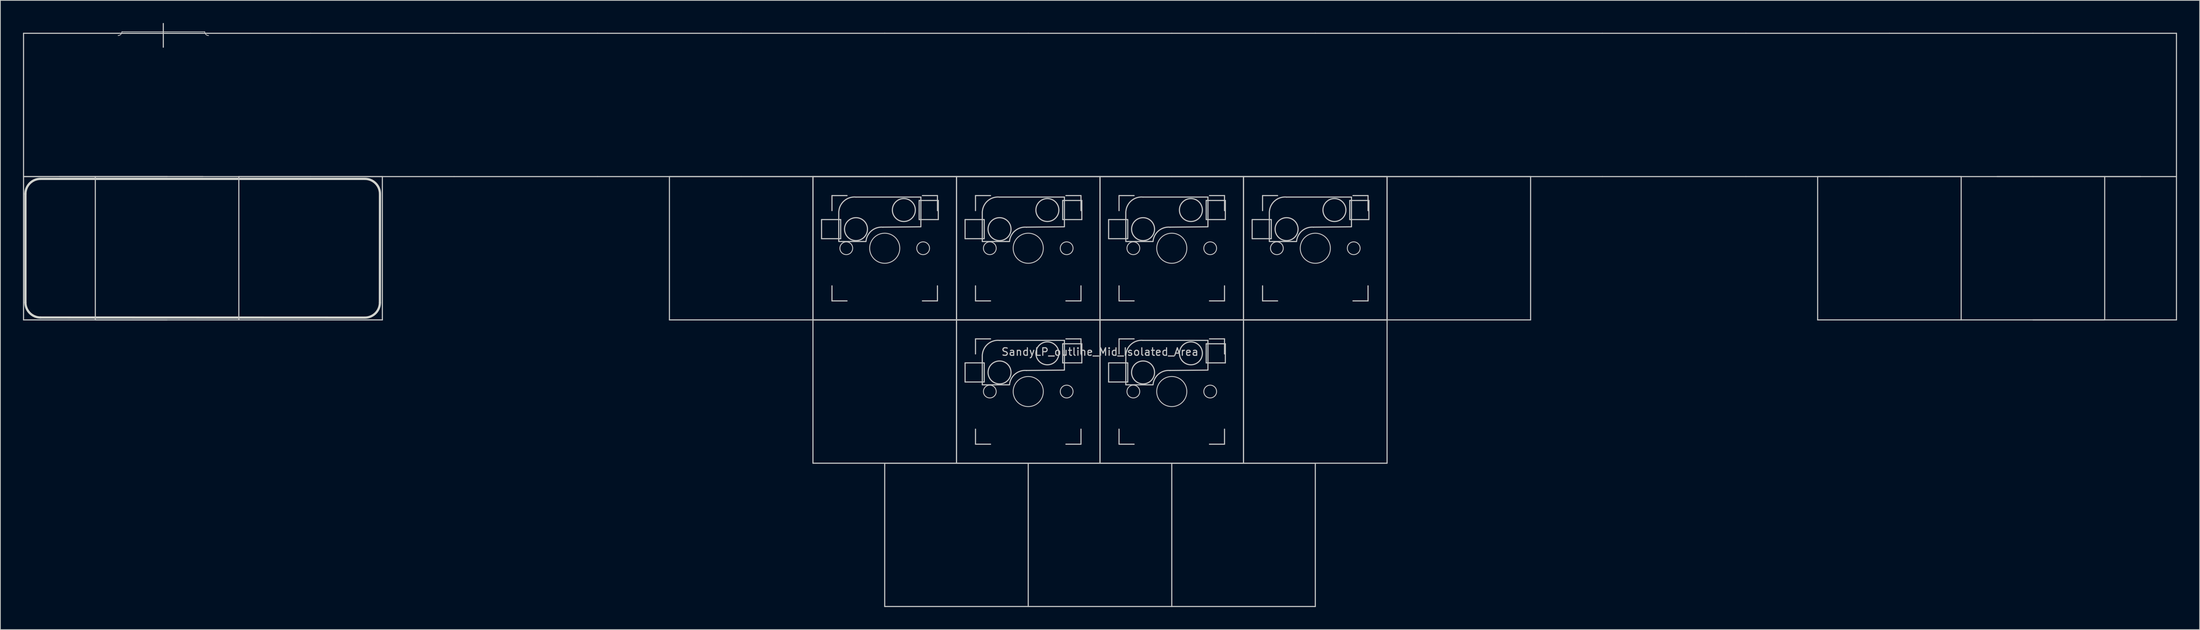
<source format=kicad_pcb>
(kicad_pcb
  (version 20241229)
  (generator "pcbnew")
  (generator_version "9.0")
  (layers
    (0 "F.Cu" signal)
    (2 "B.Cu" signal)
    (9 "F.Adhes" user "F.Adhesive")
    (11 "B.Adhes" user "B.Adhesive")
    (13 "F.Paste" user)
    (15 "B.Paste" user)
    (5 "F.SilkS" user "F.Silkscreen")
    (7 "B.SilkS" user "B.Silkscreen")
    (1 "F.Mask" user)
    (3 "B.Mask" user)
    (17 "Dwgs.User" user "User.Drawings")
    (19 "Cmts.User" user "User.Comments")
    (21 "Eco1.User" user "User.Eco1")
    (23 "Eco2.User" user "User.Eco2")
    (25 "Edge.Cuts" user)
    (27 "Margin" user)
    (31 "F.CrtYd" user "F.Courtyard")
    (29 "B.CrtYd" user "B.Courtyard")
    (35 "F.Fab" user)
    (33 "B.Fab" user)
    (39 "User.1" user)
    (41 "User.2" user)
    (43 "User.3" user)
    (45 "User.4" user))
  (footprint "SandyLP_outline_Mid_Isolated_Area"
    (layer "F.Cu")
    (at 142.95 39.475)
    (property "Reference" "SandyLP_outline_Mid_Isolated_Area" (at 0 4.25 0) (layer "Dwgs.User") (effects (font (size 1 1) (thickness 0.15))))
    (attr through_hole)
    (fp_line (start -142.875 -38.1) (end -123.825 -38.1) (stroke (width 0.15) (type solid)) (layer "Dwgs.User"))
    (fp_line (start -142.875 -19.05) (end -142.875 -38.1) (stroke (width 0.15) (type solid)) (layer "Dwgs.User"))
    (fp_line (start -142.875 -19.05) (end -142.875 0) (stroke (width 0.15) (type solid)) (layer "Dwgs.User"))
    (fp_line (start -138.113 -19.05) (end -119.062 -19.05) (stroke (width 0.15) (type solid)) (layer "Dwgs.User"))
    (fp_line (start -133.35 0) (end -133.35 -19.05) (stroke (width 0.15) (type solid)) (layer "Dwgs.User"))
    (fp_line (start -129.825 -38.3) (end -118.825 -38.3) (stroke (width 0.1) (type solid)) (layer "Dwgs.User"))
    (fp_line (start -124.325 -39.4) (end -124.325 -36.25) (stroke (width 0.15) (type solid)) (layer "Dwgs.User"))
    (fp_line (start -123.825 -38.1) (end -104.775 -38.1) (stroke (width 0.15) (type solid)) (layer "Dwgs.User"))
    (fp_line (start -123.825 -19.05) (end -142.875 -19.05) (stroke (width 0.15) (type solid)) (layer "Dwgs.User"))
    (fp_line (start -123.825 -19.05) (end -142.875 -19.05) (stroke (width 0.15) (type solid)) (layer "Dwgs.User"))
    (fp_line (start -123.825 0) (end -142.875 0) (stroke (width 0.15) (type solid)) (layer "Dwgs.User"))
    (fp_line (start -114.3 -19.05) (end -95.25 -19.05) (stroke (width 0.15) (type solid)) (layer "Dwgs.User"))
    (fp_line (start -114.3 0) (end -133.35 0) (stroke (width 0.15) (type solid)) (layer "Dwgs.User"))
    (fp_line (start -114.3 0) (end -114.3 -19.05) (stroke (width 0.15) (type solid)) (layer "Dwgs.User"))
    (fp_line (start -104.775 -38.1) (end -85.725 -38.1) (stroke (width 0.15) (type solid)) (layer "Dwgs.User"))
    (fp_line (start -104.775 -19.05) (end -123.825 -19.05) (stroke (width 0.15) (type solid)) (layer "Dwgs.User"))
    (fp_line (start -95.25 -19.05) (end -95.25 0) (stroke (width 0.15) (type solid)) (layer "Dwgs.User"))
    (fp_line (start -95.25 0) (end -114.3 0) (stroke (width 0.15) (type solid)) (layer "Dwgs.User"))
    (fp_line (start -85.725 -38.1) (end -66.675 -38.1) (stroke (width 0.15) (type solid)) (layer "Dwgs.User"))
    (fp_line (start -85.725 -19.05) (end -104.775 -19.05) (stroke (width 0.15) (type solid)) (layer "Dwgs.User"))
    (fp_line (start -66.675 -38.1) (end -47.625 -38.1) (stroke (width 0.15) (type solid)) (layer "Dwgs.User"))
    (fp_line (start -66.675 -19.05) (end -85.725 -19.05) (stroke (width 0.15) (type solid)) (layer "Dwgs.User"))
    (fp_line (start -57.15 -19.05) (end -38.1 -19.05) (stroke (width 0.15) (type solid)) (layer "Dwgs.User"))
    (fp_line (start -57.15 0) (end -57.15 -19.05) (stroke (width 0.15) (type solid)) (layer "Dwgs.User"))
    (fp_line (start -47.625 -38.1) (end -28.575 -38.1) (stroke (width 0.15) (type solid)) (layer "Dwgs.User"))
    (fp_line (start -47.625 -19.05) (end -66.675 -19.05) (stroke (width 0.15) (type solid)) (layer "Dwgs.User"))
    (fp_line (start -38.1 -19.05) (end -19.05 -19.05) (stroke (width 0.15) (type solid)) (layer "Dwgs.User"))
    (fp_line (start -38.1 -19.05) (end -19.05 -19.05) (stroke (width 0.15) (type solid)) (layer "Dwgs.User"))
    (fp_line (start -38.1 0) (end -57.15 0) (stroke (width 0.15) (type solid)) (layer "Dwgs.User"))
    (fp_line (start -38.1 0) (end -38.1 -19.05) (stroke (width 0.15) (type solid)) (layer "Dwgs.User"))
    (fp_line (start -38.1 0) (end -38.1 -19.05) (stroke (width 0.15) (type solid)) (layer "Dwgs.User"))
    (fp_line (start -38.1 0) (end -19.05 0) (stroke (width 0.15) (type solid)) (layer "Dwgs.User"))
    (fp_line (start -38.1 19.05) (end -38.1 0) (stroke (width 0.15) (type solid)) (layer "Dwgs.User"))
    (fp_line (start -36.957 -13.335) (end -36.957 -10.795) (stroke (width 0.15) (type solid)) (layer "Dwgs.User"))
    (fp_line (start -36.957 -10.795) (end -34.417 -10.795) (stroke (width 0.15) (type solid)) (layer "Dwgs.User"))
    (fp_line (start -35.575 -16.525) (end -35.575 -14.525) (stroke (width 0.15) (type solid)) (layer "Dwgs.User"))
    (fp_line (start -35.575 -4.525) (end -35.575 -2.525) (stroke (width 0.15) (type solid)) (layer "Dwgs.User"))
    (fp_line (start -35.575 -2.525) (end -33.575 -2.525) (stroke (width 0.15) (type solid)) (layer "Dwgs.User"))
    (fp_line (start -34.675 -14.375) (end -34.675 -10.43) (stroke (width 0.15) (type solid)) (layer "Dwgs.User"))
    (fp_line (start -34.675 -10.421) (end -31.065 -10.421) (stroke (width 0.15) (type solid)) (layer "Dwgs.User"))
    (fp_line (start -34.417 -13.335) (end -36.957 -13.335) (stroke (width 0.15) (type solid)) (layer "Dwgs.User"))
    (fp_line (start -34.417 -10.795) (end -34.417 -13.335) (stroke (width 0.15) (type solid)) (layer "Dwgs.User"))
    (fp_line (start -33.575 -16.525) (end -35.575 -16.525) (stroke (width 0.15) (type solid)) (layer "Dwgs.User"))
    (fp_line (start -28.575 -38.1) (end -9.525 -38.1) (stroke (width 0.15) (type solid)) (layer "Dwgs.User"))
    (fp_line (start -28.575 -19.05) (end -47.625 -19.05) (stroke (width 0.15) (type solid)) (layer "Dwgs.User"))
    (fp_line (start -28.575 19.05) (end -9.525 19.05) (stroke (width 0.15) (type solid)) (layer "Dwgs.User"))
    (fp_line (start -28.575 38.1) (end -28.575 19.05) (stroke (width 0.15) (type solid)) (layer "Dwgs.User"))
    (fp_line (start -24.003 -15.875) (end -21.463 -15.875) (stroke (width 0.15) (type solid)) (layer "Dwgs.User"))
    (fp_line (start -24.003 -13.335) (end -24.003 -15.875) (stroke (width 0.15) (type solid)) (layer "Dwgs.User"))
    (fp_line (start -23.775 -16.329) (end -32.4 -16.329) (stroke (width 0.15) (type solid)) (layer "Dwgs.User"))
    (fp_line (start -23.775 -12.421) (end -23.775 -16.329) (stroke (width 0.15) (type solid)) (layer "Dwgs.User"))
    (fp_line (start -23.775 -12.375) (end -28.825 -12.329) (stroke (width 0.15) (type solid)) (layer "Dwgs.User"))
    (fp_line (start -23.575 -16.525) (end -21.575 -16.525) (stroke (width 0.15) (type solid)) (layer "Dwgs.User"))
    (fp_line (start -23.575 -2.525) (end -21.575 -2.525) (stroke (width 0.15) (type solid)) (layer "Dwgs.User"))
    (fp_line (start -21.575 -16.525) (end -21.575 -14.525) (stroke (width 0.15) (type solid)) (layer "Dwgs.User"))
    (fp_line (start -21.575 -2.525) (end -21.575 -4.525) (stroke (width 0.15) (type solid)) (layer "Dwgs.User"))
    (fp_line (start -21.463 -15.875) (end -21.463 -13.335) (stroke (width 0.15) (type solid)) (layer "Dwgs.User"))
    (fp_line (start -21.463 -13.335) (end -24.003 -13.335) (stroke (width 0.15) (type solid)) (layer "Dwgs.User"))
    (fp_line (start -19.05 -19.05) (end -19.05 0) (stroke (width 0.15) (type solid)) (layer "Dwgs.User"))
    (fp_line (start -19.05 -19.05) (end -19.05 0) (stroke (width 0.15) (type solid)) (layer "Dwgs.User"))
    (fp_line (start -19.05 -19.05) (end 0 -19.05) (stroke (width 0.15) (type solid)) (layer "Dwgs.User"))
    (fp_line (start -19.05 -19.05) (end 0 -19.05) (stroke (width 0.15) (type solid)) (layer "Dwgs.User"))
    (fp_line (start -19.05 0) (end -38.1 0) (stroke (width 0.15) (type solid)) (layer "Dwgs.User"))
    (fp_line (start -19.05 0) (end -38.1 0) (stroke (width 0.15) (type solid)) (layer "Dwgs.User"))
    (fp_line (start -19.05 0) (end -19.05 -19.05) (stroke (width 0.15) (type solid)) (layer "Dwgs.User"))
    (fp_line (start -19.05 0) (end 0 0) (stroke (width 0.15) (type solid)) (layer "Dwgs.User"))
    (fp_line (start -19.05 0) (end 0 0) (stroke (width 0.15) (type solid)) (layer "Dwgs.User"))
    (fp_line (start -19.05 19.05) (end -38.1 19.05) (stroke (width 0.15) (type solid)) (layer "Dwgs.User"))
    (fp_line (start -19.05 19.05) (end -19.05 0) (stroke (width 0.15) (type solid)) (layer "Dwgs.User"))
    (fp_line (start -19.05 19.05) (end -19.05 0) (stroke (width 0.15) (type solid)) (layer "Dwgs.User"))
    (fp_line (start -17.907 -13.335) (end -17.907 -10.795) (stroke (width 0.15) (type solid)) (layer "Dwgs.User"))
    (fp_line (start -17.907 -10.795) (end -15.367 -10.795) (stroke (width 0.15) (type solid)) (layer "Dwgs.User"))
    (fp_line (start -17.907 5.715) (end -17.907 8.255) (stroke (width 0.15) (type solid)) (layer "Dwgs.User"))
    (fp_line (start -17.907 8.255) (end -15.367 8.255) (stroke (width 0.15) (type solid)) (layer "Dwgs.User"))
    (fp_line (start -16.525 -16.525) (end -16.525 -14.525) (stroke (width 0.15) (type solid)) (layer "Dwgs.User"))
    (fp_line (start -16.525 -4.525) (end -16.525 -2.525) (stroke (width 0.15) (type solid)) (layer "Dwgs.User"))
    (fp_line (start -16.525 -2.525) (end -14.525 -2.525) (stroke (width 0.15) (type solid)) (layer "Dwgs.User"))
    (fp_line (start -16.525 2.525) (end -16.525 4.525) (stroke (width 0.15) (type solid)) (layer "Dwgs.User"))
    (fp_line (start -16.525 14.525) (end -16.525 16.525) (stroke (width 0.15) (type solid)) (layer "Dwgs.User"))
    (fp_line (start -16.525 16.525) (end -14.525 16.525) (stroke (width 0.15) (type solid)) (layer "Dwgs.User"))
    (fp_line (start -15.625 -14.375) (end -15.625 -10.43) (stroke (width 0.15) (type solid)) (layer "Dwgs.User"))
    (fp_line (start -15.625 -10.421) (end -12.015 -10.421) (stroke (width 0.15) (type solid)) (layer "Dwgs.User"))
    (fp_line (start -15.625 4.675) (end -15.625 8.62) (stroke (width 0.15) (type solid)) (layer "Dwgs.User"))
    (fp_line (start -15.625 8.629) (end -12.015 8.629) (stroke (width 0.15) (type solid)) (layer "Dwgs.User"))
    (fp_line (start -15.367 -13.335) (end -17.907 -13.335) (stroke (width 0.15) (type solid)) (layer "Dwgs.User"))
    (fp_line (start -15.367 -10.795) (end -15.367 -13.335) (stroke (width 0.15) (type solid)) (layer "Dwgs.User"))
    (fp_line (start -15.367 5.715) (end -17.907 5.715) (stroke (width 0.15) (type solid)) (layer "Dwgs.User"))
    (fp_line (start -15.367 8.255) (end -15.367 5.715) (stroke (width 0.15) (type solid)) (layer "Dwgs.User"))
    (fp_line (start -14.525 -16.525) (end -16.525 -16.525) (stroke (width 0.15) (type solid)) (layer "Dwgs.User"))
    (fp_line (start -14.525 2.525) (end -16.525 2.525) (stroke (width 0.15) (type solid)) (layer "Dwgs.User"))
    (fp_line (start -9.525 -38.1) (end 9.525 -38.1) (stroke (width 0.15) (type solid)) (layer "Dwgs.User"))
    (fp_line (start -9.525 -19.05) (end -28.575 -19.05) (stroke (width 0.15) (type solid)) (layer "Dwgs.User"))
    (fp_line (start -9.525 19.05) (end 9.525 19.05) (stroke (width 0.15) (type solid)) (layer "Dwgs.User"))
    (fp_line (start -9.525 38.1) (end -28.575 38.1) (stroke (width 0.15) (type solid)) (layer "Dwgs.User"))
    (fp_line (start -9.525 38.1) (end -9.525 19.05) (stroke (width 0.15) (type solid)) (layer "Dwgs.User"))
    (fp_line (start -4.953 -15.875) (end -2.413 -15.875) (stroke (width 0.15) (type solid)) (layer "Dwgs.User"))
    (fp_line (start -4.953 -13.335) (end -4.953 -15.875) (stroke (width 0.15) (type solid)) (layer "Dwgs.User"))
    (fp_line (start -4.953 3.175) (end -2.413 3.175) (stroke (width 0.15) (type solid)) (layer "Dwgs.User"))
    (fp_line (start -4.953 5.715) (end -4.953 3.175) (stroke (width 0.15) (type solid)) (layer "Dwgs.User"))
    (fp_line (start -4.725 -16.329) (end -13.35 -16.329) (stroke (width 0.15) (type solid)) (layer "Dwgs.User"))
    (fp_line (start -4.725 -12.421) (end -4.725 -16.329) (stroke (width 0.15) (type solid)) (layer "Dwgs.User"))
    (fp_line (start -4.725 -12.375) (end -9.775 -12.329) (stroke (width 0.15) (type solid)) (layer "Dwgs.User"))
    (fp_line (start -4.725 2.721) (end -13.35 2.721) (stroke (width 0.15) (type solid)) (layer "Dwgs.User"))
    (fp_line (start -4.725 6.629) (end -4.725 2.721) (stroke (width 0.15) (type solid)) (layer "Dwgs.User"))
    (fp_line (start -4.725 6.675) (end -9.775 6.721) (stroke (width 0.15) (type solid)) (layer "Dwgs.User"))
    (fp_line (start -4.525 -16.525) (end -2.525 -16.525) (stroke (width 0.15) (type solid)) (layer "Dwgs.User"))
    (fp_line (start -4.525 -2.525) (end -2.525 -2.525) (stroke (width 0.15) (type solid)) (layer "Dwgs.User"))
    (fp_line (start -4.525 2.525) (end -2.525 2.525) (stroke (width 0.15) (type solid)) (layer "Dwgs.User"))
    (fp_line (start -4.525 16.525) (end -2.525 16.525) (stroke (width 0.15) (type solid)) (layer "Dwgs.User"))
    (fp_line (start -2.525 -16.525) (end -2.525 -14.525) (stroke (width 0.15) (type solid)) (layer "Dwgs.User"))
    (fp_line (start -2.525 -2.525) (end -2.525 -4.525) (stroke (width 0.15) (type solid)) (layer "Dwgs.User"))
    (fp_line (start -2.525 2.525) (end -2.525 4.525) (stroke (width 0.15) (type solid)) (layer "Dwgs.User"))
    (fp_line (start -2.525 16.525) (end -2.525 14.525) (stroke (width 0.15) (type solid)) (layer "Dwgs.User"))
    (fp_line (start -2.413 -15.875) (end -2.413 -13.335) (stroke (width 0.15) (type solid)) (layer "Dwgs.User"))
    (fp_line (start -2.413 -13.335) (end -4.953 -13.335) (stroke (width 0.15) (type solid)) (layer "Dwgs.User"))
    (fp_line (start -2.413 3.175) (end -2.413 5.715) (stroke (width 0.15) (type solid)) (layer "Dwgs.User"))
    (fp_line (start -2.413 5.715) (end -4.953 5.715) (stroke (width 0.15) (type solid)) (layer "Dwgs.User"))
    (fp_line (start 0 -19.05) (end 0 0) (stroke (width 0.15) (type solid)) (layer "Dwgs.User"))
    (fp_line (start 0 -19.05) (end 0 0) (stroke (width 0.15) (type solid)) (layer "Dwgs.User"))
    (fp_line (start 0 -19.05) (end 19.05 -19.05) (stroke (width 0.15) (type solid)) (layer "Dwgs.User"))
    (fp_line (start 0 -19.05) (end 19.05 -19.05) (stroke (width 0.15) (type solid)) (layer "Dwgs.User"))
    (fp_line (start 0 0) (end -19.05 0) (stroke (width 0.15) (type solid)) (layer "Dwgs.User"))
    (fp_line (start 0 0) (end -19.05 0) (stroke (width 0.15) (type solid)) (layer "Dwgs.User"))
    (fp_line (start 0 0) (end 0 -19.05) (stroke (width 0.15) (type solid)) (layer "Dwgs.User"))
    (fp_line (start 0 0) (end 0 19.05) (stroke (width 0.15) (type solid)) (layer "Dwgs.User"))
    (fp_line (start 0 0) (end 19.05 0) (stroke (width 0.15) (type solid)) (layer "Dwgs.User"))
    (fp_line (start 0 0) (end 19.05 0) (stroke (width 0.15) (type solid)) (layer "Dwgs.User"))
    (fp_line (start 0 19.05) (end -19.05 19.05) (stroke (width 0.15) (type solid)) (layer "Dwgs.User"))
    (fp_line (start 0 19.05) (end -19.05 19.05) (stroke (width 0.15) (type solid)) (layer "Dwgs.User"))
    (fp_line (start 0 19.05) (end 0 0) (stroke (width 0.15) (type solid)) (layer "Dwgs.User"))
    (fp_line (start 0 19.05) (end 0 0) (stroke (width 0.15) (type solid)) (layer "Dwgs.User"))
    (fp_line (start 1.143 -13.335) (end 1.143 -10.795) (stroke (width 0.15) (type solid)) (layer "Dwgs.User"))
    (fp_line (start 1.143 -10.795) (end 3.683 -10.795) (stroke (width 0.15) (type solid)) (layer "Dwgs.User"))
    (fp_line (start 1.143 5.715) (end 1.143 8.255) (stroke (width 0.15) (type solid)) (layer "Dwgs.User"))
    (fp_line (start 1.143 8.255) (end 3.683 8.255) (stroke (width 0.15) (type solid)) (layer "Dwgs.User"))
    (fp_line (start 2.525 -16.525) (end 2.525 -14.525) (stroke (width 0.15) (type solid)) (layer "Dwgs.User"))
    (fp_line (start 2.525 -4.525) (end 2.525 -2.525) (stroke (width 0.15) (type solid)) (layer "Dwgs.User"))
    (fp_line (start 2.525 -2.525) (end 4.525 -2.525) (stroke (width 0.15) (type solid)) (layer "Dwgs.User"))
    (fp_line (start 2.525 2.525) (end 2.525 4.525) (stroke (width 0.15) (type solid)) (layer "Dwgs.User"))
    (fp_line (start 2.525 14.525) (end 2.525 16.525) (stroke (width 0.15) (type solid)) (layer "Dwgs.User"))
    (fp_line (start 2.525 16.525) (end 4.525 16.525) (stroke (width 0.15) (type solid)) (layer "Dwgs.User"))
    (fp_line (start 3.425 -14.375) (end 3.425 -10.43) (stroke (width 0.15) (type solid)) (layer "Dwgs.User"))
    (fp_line (start 3.425 -10.421) (end 7.035 -10.421) (stroke (width 0.15) (type solid)) (layer "Dwgs.User"))
    (fp_line (start 3.425 4.675) (end 3.425 8.62) (stroke (width 0.15) (type solid)) (layer "Dwgs.User"))
    (fp_line (start 3.425 8.629) (end 7.035 8.629) (stroke (width 0.15) (type solid)) (layer "Dwgs.User"))
    (fp_line (start 3.683 -13.335) (end 1.143 -13.335) (stroke (width 0.15) (type solid)) (layer "Dwgs.User"))
    (fp_line (start 3.683 -10.795) (end 3.683 -13.335) (stroke (width 0.15) (type solid)) (layer "Dwgs.User"))
    (fp_line (start 3.683 5.715) (end 1.143 5.715) (stroke (width 0.15) (type solid)) (layer "Dwgs.User"))
    (fp_line (start 3.683 8.255) (end 3.683 5.715) (stroke (width 0.15) (type solid)) (layer "Dwgs.User"))
    (fp_line (start 4.525 -16.525) (end 2.525 -16.525) (stroke (width 0.15) (type solid)) (layer "Dwgs.User"))
    (fp_line (start 4.525 2.525) (end 2.525 2.525) (stroke (width 0.15) (type solid)) (layer "Dwgs.User"))
    (fp_line (start 9.525 -38.1) (end 28.575 -38.1) (stroke (width 0.15) (type solid)) (layer "Dwgs.User"))
    (fp_line (start 9.525 -19.05) (end -9.525 -19.05) (stroke (width 0.15) (type solid)) (layer "Dwgs.User"))
    (fp_line (start 9.525 19.05) (end 28.575 19.05) (stroke (width 0.15) (type solid)) (layer "Dwgs.User"))
    (fp_line (start 9.525 38.1) (end -9.525 38.1) (stroke (width 0.15) (type solid)) (layer "Dwgs.User"))
    (fp_line (start 9.525 38.1) (end 9.525 19.05) (stroke (width 0.15) (type solid)) (layer "Dwgs.User"))
    (fp_line (start 14.097 -15.875) (end 16.637 -15.875) (stroke (width 0.15) (type solid)) (layer "Dwgs.User"))
    (fp_line (start 14.097 -13.335) (end 14.097 -15.875) (stroke (width 0.15) (type solid)) (layer "Dwgs.User"))
    (fp_line (start 14.097 3.175) (end 16.637 3.175) (stroke (width 0.15) (type solid)) (layer "Dwgs.User"))
    (fp_line (start 14.097 5.715) (end 14.097 3.175) (stroke (width 0.15) (type solid)) (layer "Dwgs.User"))
    (fp_line (start 14.325 -16.329) (end 5.7 -16.329) (stroke (width 0.15) (type solid)) (layer "Dwgs.User"))
    (fp_line (start 14.325 -12.421) (end 14.325 -16.329) (stroke (width 0.15) (type solid)) (layer "Dwgs.User"))
    (fp_line (start 14.325 -12.375) (end 9.275 -12.329) (stroke (width 0.15) (type solid)) (layer "Dwgs.User"))
    (fp_line (start 14.325 2.721) (end 5.7 2.721) (stroke (width 0.15) (type solid)) (layer "Dwgs.User"))
    (fp_line (start 14.325 6.629) (end 14.325 2.721) (stroke (width 0.15) (type solid)) (layer "Dwgs.User"))
    (fp_line (start 14.325 6.675) (end 9.275 6.721) (stroke (width 0.15) (type solid)) (layer "Dwgs.User"))
    (fp_line (start 14.525 -16.525) (end 16.525 -16.525) (stroke (width 0.15) (type solid)) (layer "Dwgs.User"))
    (fp_line (start 14.525 -2.525) (end 16.525 -2.525) (stroke (width 0.15) (type solid)) (layer "Dwgs.User"))
    (fp_line (start 14.525 2.525) (end 16.525 2.525) (stroke (width 0.15) (type solid)) (layer "Dwgs.User"))
    (fp_line (start 14.525 16.525) (end 16.525 16.525) (stroke (width 0.15) (type solid)) (layer "Dwgs.User"))
    (fp_line (start 16.525 -16.525) (end 16.525 -14.525) (stroke (width 0.15) (type solid)) (layer "Dwgs.User"))
    (fp_line (start 16.525 -2.525) (end 16.525 -4.525) (stroke (width 0.15) (type solid)) (layer "Dwgs.User"))
    (fp_line (start 16.525 2.525) (end 16.525 4.525) (stroke (width 0.15) (type solid)) (layer "Dwgs.User"))
    (fp_line (start 16.525 16.525) (end 16.525 14.525) (stroke (width 0.15) (type solid)) (layer "Dwgs.User"))
    (fp_line (start 16.637 -15.875) (end 16.637 -13.335) (stroke (width 0.15) (type solid)) (layer "Dwgs.User"))
    (fp_line (start 16.637 -13.335) (end 14.097 -13.335) (stroke (width 0.15) (type solid)) (layer "Dwgs.User"))
    (fp_line (start 16.637 3.175) (end 16.637 5.715) (stroke (width 0.15) (type solid)) (layer "Dwgs.User"))
    (fp_line (start 16.637 5.715) (end 14.097 5.715) (stroke (width 0.15) (type solid)) (layer "Dwgs.User"))
    (fp_line (start 19.05 -19.05) (end 19.05 0) (stroke (width 0.15) (type solid)) (layer "Dwgs.User"))
    (fp_line (start 19.05 -19.05) (end 38.1 -19.05) (stroke (width 0.15) (type solid)) (layer "Dwgs.User"))
    (fp_line (start 19.05 -19.05) (end 38.1 -19.05) (stroke (width 0.15) (type solid)) (layer "Dwgs.User"))
    (fp_line (start 19.05 0) (end 0 0) (stroke (width 0.15) (type solid)) (layer "Dwgs.User"))
    (fp_line (start 19.05 0) (end 0 0) (stroke (width 0.15) (type solid)) (layer "Dwgs.User"))
    (fp_line (start 19.05 0) (end 19.05 -19.05) (stroke (width 0.15) (type solid)) (layer "Dwgs.User"))
    (fp_line (start 19.05 0) (end 19.05 -19.05) (stroke (width 0.15) (type solid)) (layer "Dwgs.User"))
    (fp_line (start 19.05 0) (end 19.05 19.05) (stroke (width 0.15) (type solid)) (layer "Dwgs.User"))
    (fp_line (start 19.05 0) (end 38.1 0) (stroke (width 0.15) (type solid)) (layer "Dwgs.User"))
    (fp_line (start 19.05 19.05) (end 0 19.05) (stroke (width 0.15) (type solid)) (layer "Dwgs.User"))
    (fp_line (start 19.05 19.05) (end 0 19.05) (stroke (width 0.15) (type solid)) (layer "Dwgs.User"))
    (fp_line (start 19.05 19.05) (end 19.05 0) (stroke (width 0.15) (type solid)) (layer "Dwgs.User"))
    (fp_line (start 20.193 -13.335) (end 20.193 -10.795) (stroke (width 0.15) (type solid)) (layer "Dwgs.User"))
    (fp_line (start 20.193 -10.795) (end 22.733 -10.795) (stroke (width 0.15) (type solid)) (layer "Dwgs.User"))
    (fp_line (start 21.575 -16.525) (end 21.575 -14.525) (stroke (width 0.15) (type solid)) (layer "Dwgs.User"))
    (fp_line (start 21.575 -4.525) (end 21.575 -2.525) (stroke (width 0.15) (type solid)) (layer "Dwgs.User"))
    (fp_line (start 21.575 -2.525) (end 23.575 -2.525) (stroke (width 0.15) (type solid)) (layer "Dwgs.User"))
    (fp_line (start 22.475 -14.375) (end 22.475 -10.43) (stroke (width 0.15) (type solid)) (layer "Dwgs.User"))
    (fp_line (start 22.475 -10.421) (end 26.085 -10.421) (stroke (width 0.15) (type solid)) (layer "Dwgs.User"))
    (fp_line (start 22.733 -13.335) (end 20.193 -13.335) (stroke (width 0.15) (type solid)) (layer "Dwgs.User"))
    (fp_line (start 22.733 -10.795) (end 22.733 -13.335) (stroke (width 0.15) (type solid)) (layer "Dwgs.User"))
    (fp_line (start 23.575 -16.525) (end 21.575 -16.525) (stroke (width 0.15) (type solid)) (layer "Dwgs.User"))
    (fp_line (start 28.575 -38.1) (end 47.625 -38.1) (stroke (width 0.15) (type solid)) (layer "Dwgs.User"))
    (fp_line (start 28.575 -19.05) (end 9.525 -19.05) (stroke (width 0.15) (type solid)) (layer "Dwgs.User"))
    (fp_line (start 28.575 19.05) (end 28.575 38.1) (stroke (width 0.15) (type solid)) (layer "Dwgs.User"))
    (fp_line (start 28.575 38.1) (end 9.525 38.1) (stroke (width 0.15) (type solid)) (layer "Dwgs.User"))
    (fp_line (start 33.147 -15.875) (end 35.687 -15.875) (stroke (width 0.15) (type solid)) (layer "Dwgs.User"))
    (fp_line (start 33.147 -13.335) (end 33.147 -15.875) (stroke (width 0.15) (type solid)) (layer "Dwgs.User"))
    (fp_line (start 33.375 -16.329) (end 24.75 -16.329) (stroke (width 0.15) (type solid)) (layer "Dwgs.User"))
    (fp_line (start 33.375 -12.421) (end 33.375 -16.329) (stroke (width 0.15) (type solid)) (layer "Dwgs.User"))
    (fp_line (start 33.375 -12.375) (end 28.325 -12.329) (stroke (width 0.15) (type solid)) (layer "Dwgs.User"))
    (fp_line (start 33.575 -16.525) (end 35.575 -16.525) (stroke (width 0.15) (type solid)) (layer "Dwgs.User"))
    (fp_line (start 33.575 -2.525) (end 35.575 -2.525) (stroke (width 0.15) (type solid)) (layer "Dwgs.User"))
    (fp_line (start 35.575 -16.525) (end 35.575 -14.525) (stroke (width 0.15) (type solid)) (layer "Dwgs.User"))
    (fp_line (start 35.575 -2.525) (end 35.575 -4.525) (stroke (width 0.15) (type solid)) (layer "Dwgs.User"))
    (fp_line (start 35.687 -15.875) (end 35.687 -13.335) (stroke (width 0.15) (type solid)) (layer "Dwgs.User"))
    (fp_line (start 35.687 -13.335) (end 33.147 -13.335) (stroke (width 0.15) (type solid)) (layer "Dwgs.User"))
    (fp_line (start 38.1 -19.05) (end 38.1 0) (stroke (width 0.15) (type solid)) (layer "Dwgs.User"))
    (fp_line (start 38.1 -19.05) (end 38.1 0) (stroke (width 0.15) (type solid)) (layer "Dwgs.User"))
    (fp_line (start 38.1 -19.05) (end 57.15 -19.05) (stroke (width 0.15) (type solid)) (layer "Dwgs.User"))
    (fp_line (start 38.1 0) (end 19.05 0) (stroke (width 0.15) (type solid)) (layer "Dwgs.User"))
    (fp_line (start 38.1 0) (end 19.05 0) (stroke (width 0.15) (type solid)) (layer "Dwgs.User"))
    (fp_line (start 38.1 0) (end 38.1 19.05) (stroke (width 0.15) (type solid)) (layer "Dwgs.User"))
    (fp_line (start 38.1 19.05) (end 19.05 19.05) (stroke (width 0.15) (type solid)) (layer "Dwgs.User"))
    (fp_line (start 47.625 -38.1) (end 66.675 -38.1) (stroke (width 0.15) (type solid)) (layer "Dwgs.User"))
    (fp_line (start 47.625 -19.05) (end 28.575 -19.05) (stroke (width 0.15) (type solid)) (layer "Dwgs.User"))
    (fp_line (start 57.15 -19.05) (end 57.15 0) (stroke (width 0.15) (type solid)) (layer "Dwgs.User"))
    (fp_line (start 57.15 0) (end 38.1 0) (stroke (width 0.15) (type solid)) (layer "Dwgs.User"))
    (fp_line (start 66.675 -38.1) (end 85.725 -38.1) (stroke (width 0.15) (type solid)) (layer "Dwgs.User"))
    (fp_line (start 66.675 -19.05) (end 47.625 -19.05) (stroke (width 0.15) (type solid)) (layer "Dwgs.User"))
    (fp_line (start 85.725 -38.1) (end 104.775 -38.1) (stroke (width 0.15) (type solid)) (layer "Dwgs.User"))
    (fp_line (start 85.725 -19.05) (end 66.675 -19.05) (stroke (width 0.15) (type solid)) (layer "Dwgs.User"))
    (fp_line (start 95.25 -19.05) (end 114.3 -19.05) (stroke (width 0.15) (type solid)) (layer "Dwgs.User"))
    (fp_line (start 95.25 0) (end 95.25 -19.05) (stroke (width 0.15) (type solid)) (layer "Dwgs.User"))
    (fp_line (start 104.775 -38.1) (end 123.825 -38.1) (stroke (width 0.15) (type solid)) (layer "Dwgs.User"))
    (fp_line (start 104.775 -19.05) (end 85.725 -19.05) (stroke (width 0.15) (type solid)) (layer "Dwgs.User"))
    (fp_line (start 114.3 -19.05) (end 114.3 0) (stroke (width 0.15) (type solid)) (layer "Dwgs.User"))
    (fp_line (start 114.3 0) (end 95.25 0) (stroke (width 0.15) (type solid)) (layer "Dwgs.User"))
    (fp_line (start 119.062 -19.05) (end 138.113 -19.05) (stroke (width 0.15) (type solid)) (layer "Dwgs.User"))
    (fp_line (start 123.825 -38.1) (end 142.875 -38.1) (stroke (width 0.15) (type solid)) (layer "Dwgs.User"))
    (fp_line (start 123.825 -19.05) (end 104.775 -19.05) (stroke (width 0.15) (type solid)) (layer "Dwgs.User"))
    (fp_line (start 133.35 0) (end 114.3 0) (stroke (width 0.15) (type solid)) (layer "Dwgs.User"))
    (fp_line (start 133.35 0) (end 133.35 -19.05) (stroke (width 0.15) (type solid)) (layer "Dwgs.User"))
    (fp_line (start 142.875 -38.1) (end 142.875 -19.05) (stroke (width 0.15) (type solid)) (layer "Dwgs.User"))
    (fp_line (start 142.875 -19.05) (end 123.825 -19.05) (stroke (width 0.15) (type solid)) (layer "Dwgs.User"))
    (fp_line (start 142.875 -19.05) (end 142.875 0) (stroke (width 0.15) (type solid)) (layer "Dwgs.User"))
    (fp_line (start 142.875 0) (end 123.825 0) (stroke (width 0.15) (type solid)) (layer "Dwgs.User"))
    (fp_arc (start -129.825 -38.30004) (mid -129.971447 -37.946487) (end -130.325 -37.80004) (stroke (width 0.1) (type solid)) (layer "Dwgs.User"))
    (fp_arc (start -118.325 -37.80004) (mid -118.678553 -37.946487) (end -118.825 -38.30004) (stroke (width 0.1) (type solid)) (layer "Dwgs.User"))
    (fp_arc (start -34.664 -14.445) (mid -33.922189 -15.85589) (end -32.4 -16.329) (stroke (width 0.15) (type solid)) (layer "Dwgs.User"))
    (fp_arc (start -31.06 -10.445) (mid -30.319361 -11.853061) (end -28.8 -12.325) (stroke (width 0.15) (type solid)) (layer "Dwgs.User"))
    (fp_arc (start -15.614 -14.445) (mid -14.872189 -15.85589) (end -13.35 -16.329) (stroke (width 0.15) (type solid)) (layer "Dwgs.User"))
    (fp_arc (start -15.614 4.605) (mid -14.872189 3.19411) (end -13.35 2.721) (stroke (width 0.15) (type solid)) (layer "Dwgs.User"))
    (fp_arc (start -12.01 -10.445) (mid -11.269361 -11.853061) (end -9.75 -12.325) (stroke (width 0.15) (type solid)) (layer "Dwgs.User"))
    (fp_arc (start -12.01 8.605) (mid -11.269361 7.196939) (end -9.75 6.725) (stroke (width 0.15) (type solid)) (layer "Dwgs.User"))
    (fp_arc (start 3.436 -14.445) (mid 4.177811 -15.85589) (end 5.7 -16.329) (stroke (width 0.15) (type solid)) (layer "Dwgs.User"))
    (fp_arc (start 3.436 4.605) (mid 4.177811 3.19411) (end 5.7 2.721) (stroke (width 0.15) (type solid)) (layer "Dwgs.User"))
    (fp_arc (start 7.04 -10.445) (mid 7.780639 -11.853061) (end 9.3 -12.325) (stroke (width 0.15) (type solid)) (layer "Dwgs.User"))
    (fp_arc (start 7.04 8.605) (mid 7.780639 7.196939) (end 9.3 6.725) (stroke (width 0.15) (type solid)) (layer "Dwgs.User"))
    (fp_arc (start 22.486 -14.445) (mid 23.227811 -15.85589) (end 24.75 -16.329) (stroke (width 0.15) (type solid)) (layer "Dwgs.User"))
    (fp_arc (start 26.09 -10.445) (mid 26.830639 -11.853061) (end 28.35 -12.325) (stroke (width 0.15) (type solid)) (layer "Dwgs.User"))
    (fp_circle (center -33.675 -9.525) (end -33.075 -8.925) (stroke (width 0.12) (type solid)) (fill no) (layer "Dwgs.User"))
    (fp_circle (center -32.385 -12.065) (end -30.861 -12.065) (stroke (width 0.15) (type solid)) (fill no) (layer "Dwgs.User"))
    (fp_circle (center -28.575 -9.525) (end -26.575 -9.525) (stroke (width 0.12) (type solid)) (fill no) (layer "Dwgs.User"))
    (fp_circle (center -26.035 -14.605) (end -24.511 -14.605) (stroke (width 0.15) (type solid)) (fill no) (layer "Dwgs.User"))
    (fp_circle (center -23.475 -9.525) (end -22.875 -8.925) (stroke (width 0.12) (type solid)) (fill no) (layer "Dwgs.User"))
    (fp_circle (center -14.625 -9.525) (end -14.025 -8.925) (stroke (width 0.12) (type solid)) (fill no) (layer "Dwgs.User"))
    (fp_circle (center -14.625 9.525) (end -14.025 10.125) (stroke (width 0.12) (type solid)) (fill no) (layer "Dwgs.User"))
    (fp_circle (center -13.335 -12.065) (end -11.811 -12.065) (stroke (width 0.15) (type solid)) (fill no) (layer "Dwgs.User"))
    (fp_circle (center -13.335 6.985) (end -11.811 6.985) (stroke (width 0.15) (type solid)) (fill no) (layer "Dwgs.User"))
    (fp_circle (center -9.525 -9.525) (end -7.525 -9.525) (stroke (width 0.12) (type solid)) (fill no) (layer "Dwgs.User"))
    (fp_circle (center -9.525 9.525) (end -7.525 9.525) (stroke (width 0.12) (type solid)) (fill no) (layer "Dwgs.User"))
    (fp_circle (center -6.985 -14.605) (end -5.461 -14.605) (stroke (width 0.15) (type solid)) (fill no) (layer "Dwgs.User"))
    (fp_circle (center -6.985 4.445) (end -5.461 4.445) (stroke (width 0.15) (type solid)) (fill no) (layer "Dwgs.User"))
    (fp_circle (center -4.425 -9.525) (end -3.825 -8.925) (stroke (width 0.12) (type solid)) (fill no) (layer "Dwgs.User"))
    (fp_circle (center -4.425 9.525) (end -3.825 10.125) (stroke (width 0.12) (type solid)) (fill no) (layer "Dwgs.User"))
    (fp_circle (center 4.425 -9.525) (end 5.025 -8.925) (stroke (width 0.12) (type solid)) (fill no) (layer "Dwgs.User"))
    (fp_circle (center 4.425 9.525) (end 5.025 10.125) (stroke (width 0.12) (type solid)) (fill no) (layer "Dwgs.User"))
    (fp_circle (center 5.715 -12.065) (end 7.239 -12.065) (stroke (width 0.15) (type solid)) (fill no) (layer "Dwgs.User"))
    (fp_circle (center 5.715 6.985) (end 7.239 6.985) (stroke (width 0.15) (type solid)) (fill no) (layer "Dwgs.User"))
    (fp_circle (center 9.525 -9.525) (end 11.525 -9.525) (stroke (width 0.12) (type solid)) (fill no) (layer "Dwgs.User"))
    (fp_circle (center 9.525 9.525) (end 11.525 9.525) (stroke (width 0.12) (type solid)) (fill no) (layer "Dwgs.User"))
    (fp_circle (center 12.065 -14.605) (end 13.589 -14.605) (stroke (width 0.15) (type solid)) (fill no) (layer "Dwgs.User"))
    (fp_circle (center 12.065 4.445) (end 13.589 4.445) (stroke (width 0.15) (type solid)) (fill no) (layer "Dwgs.User"))
    (fp_circle (center 14.625 -9.525) (end 15.225 -8.925) (stroke (width 0.12) (type solid)) (fill no) (layer "Dwgs.User"))
    (fp_circle (center 14.625 9.525) (end 15.225 10.125) (stroke (width 0.12) (type solid)) (fill no) (layer "Dwgs.User"))
    (fp_circle (center 23.475 -9.525) (end 24.075 -8.925) (stroke (width 0.12) (type solid)) (fill no) (layer "Dwgs.User"))
    (fp_circle (center 24.765 -12.065) (end 26.289 -12.065) (stroke (width 0.15) (type solid)) (fill no) (layer "Dwgs.User"))
    (fp_circle (center 28.575 -9.525) (end 30.575 -9.525) (stroke (width 0.12) (type solid)) (fill no) (layer "Dwgs.User"))
    (fp_circle (center 31.115 -14.605) (end 32.639 -14.605) (stroke (width 0.15) (type solid)) (fill no) (layer "Dwgs.User"))
    (fp_circle (center 33.675 -9.525) (end 34.275 -8.925) (stroke (width 0.12) (type solid)) (fill no) (layer "Dwgs.User"))
    (fp_line (start 95.805 -2.643) (end 95.805 -16.764) (stroke (width 0.3) (type solid)) (layer "Eco2.User"))
    (fp_line (start 97.805 -18.764) (end 140.485 -18.764) (stroke (width 0.3) (type solid)) (layer "Eco2.User"))
    (fp_line (start 97.805 -0.643) (end 140.475 -0.628) (stroke (width 0.3) (type solid)) (layer "Eco2.User"))
    (fp_line (start 142.475 -2.628) (end 142.485 -16.764) (stroke (width 0.3) (type solid)) (layer "Eco2.User"))
    (fp_arc (start 95.805 -16.764254) (mid 96.390786 -18.178468) (end 97.805 -18.764254) (stroke (width 0.3) (type solid)) (layer "Eco2.User"))
    (fp_arc (start 97.805 -0.642682) (mid 96.390786 -1.228468) (end 95.805 -2.642682) (stroke (width 0.3) (type solid)) (layer "Eco2.User"))
    (fp_arc (start 140.485 -18.764254) (mid 141.899226 -18.17848) (end 142.485 -16.764254) (stroke (width 0.3) (type solid)) (layer "Eco2.User"))
    (fp_arc (start 142.475 -2.628468) (mid 141.889214 -1.214254) (end 140.475 -0.628468) (stroke (width 0.3) (type solid)) (layer "Eco2.User"))
    (fp_line (start -142.625 -2.314) (end -142.625 -16.75) (stroke (width 0.3) (type solid)) (layer "Edge.Cuts"))
    (fp_line (start -140.625 -18.75) (end -97.565 -18.75) (stroke (width 0.3) (type solid)) (layer "Edge.Cuts"))
    (fp_line (start -140.625 -0.314) (end -97.575 -0.3) (stroke (width 0.3) (type solid)) (layer "Edge.Cuts"))
    (fp_line (start -95.575 -2.3) (end -95.565 -16.75) (stroke (width 0.3) (type solid)) (layer "Edge.Cuts"))
    (fp_arc (start -142.625 -16.75004) (mid -142.039214 -18.164254) (end -140.625 -18.75004) (stroke (width 0.3) (type solid)) (layer "Edge.Cuts"))
    (fp_arc (start -140.625 -0.314214) (mid -142.039214 -0.9) (end -142.625 -2.314214) (stroke (width 0.3) (type solid)) (layer "Edge.Cuts"))
    (fp_arc (start -97.565 -18.75004) (mid -96.150774 -18.164266) (end -95.565 -16.75004) (stroke (width 0.3) (type solid)) (layer "Edge.Cuts"))
    (fp_arc (start -95.575 -2.3) (mid -96.160786 -0.885786) (end -97.575 -0.3) (stroke (width 0.3) (type solid)) (layer "Edge.Cuts")))
  (gr_rect
    (start -3 -3)
    (end 288.9 80.65)
    (stroke (width 0.1) (type default))
    (fill no)
    (layer "Edge.Cuts")))
</source>
